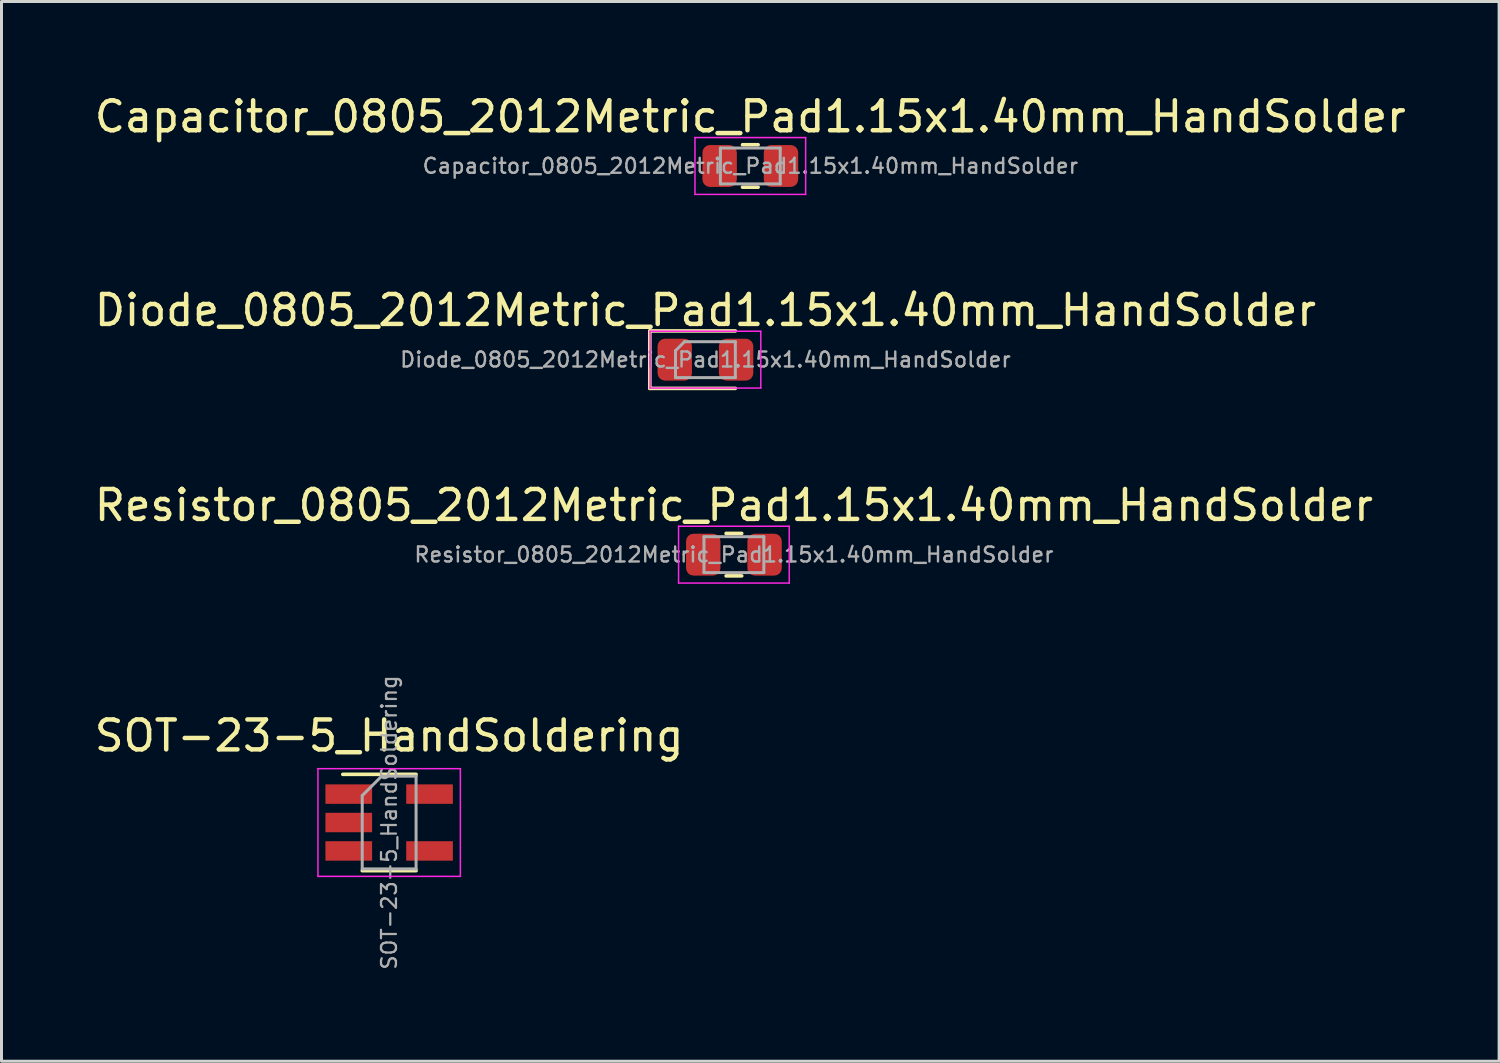
<source format=kicad_pcb>
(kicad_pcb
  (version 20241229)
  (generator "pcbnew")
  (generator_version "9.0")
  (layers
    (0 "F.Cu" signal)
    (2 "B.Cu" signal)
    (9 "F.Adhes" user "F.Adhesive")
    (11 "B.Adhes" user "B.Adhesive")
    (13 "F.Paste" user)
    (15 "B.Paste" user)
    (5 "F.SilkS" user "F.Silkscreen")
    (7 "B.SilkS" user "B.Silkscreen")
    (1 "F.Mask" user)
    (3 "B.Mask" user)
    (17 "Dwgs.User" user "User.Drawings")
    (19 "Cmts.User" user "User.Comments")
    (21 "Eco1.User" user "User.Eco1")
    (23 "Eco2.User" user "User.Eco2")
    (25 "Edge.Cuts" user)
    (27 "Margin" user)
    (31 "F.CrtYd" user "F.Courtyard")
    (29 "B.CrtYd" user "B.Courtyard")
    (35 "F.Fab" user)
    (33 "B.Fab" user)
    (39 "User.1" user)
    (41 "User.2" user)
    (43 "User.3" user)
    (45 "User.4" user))
  (footprint "Diode_0805_2012Metric_Pad1.15x1.40mm_HandSolder"
    (layer "F.Cu")
    (at 20.53 8.972)
    (property "Reference" "Diode_0805_2012Metric_Pad1.15x1.40mm_HandSolder" (at 0 -1.65 0) (layer "F.SilkS") (effects (font (size 1 1) (thickness 0.15))))
    (attr smd)
    (fp_line (start -1.86 -0.96) (end -1.86 0.96) (stroke (width 0.12) (type solid)) (layer "F.SilkS"))
    (fp_line (start -1.86 0.96) (end 1 0.96) (stroke (width 0.12) (type solid)) (layer "F.SilkS"))
    (fp_line (start 1 -0.96) (end -1.86 -0.96) (stroke (width 0.12) (type solid)) (layer "F.SilkS"))
    (fp_line (start -1.85 -0.95) (end 1.85 -0.95) (stroke (width 0.05) (type solid)) (layer "F.CrtYd"))
    (fp_line (start -1.85 0.95) (end -1.85 -0.95) (stroke (width 0.05) (type solid)) (layer "F.CrtYd"))
    (fp_line (start 1.85 -0.95) (end 1.85 0.95) (stroke (width 0.05) (type solid)) (layer "F.CrtYd"))
    (fp_line (start 1.85 0.95) (end -1.85 0.95) (stroke (width 0.05) (type solid)) (layer "F.CrtYd"))
    (fp_line (start -1 -0.3) (end -1 0.6) (stroke (width 0.1) (type solid)) (layer "F.Fab"))
    (fp_line (start -1 0.6) (end 1 0.6) (stroke (width 0.1) (type solid)) (layer "F.Fab"))
    (fp_line (start -0.7 -0.6) (end -1 -0.3) (stroke (width 0.1) (type solid)) (layer "F.Fab"))
    (fp_line (start 1 -0.6) (end -0.7 -0.6) (stroke (width 0.1) (type solid)) (layer "F.Fab"))
    (fp_line (start 1 0.6) (end 1 -0.6) (stroke (width 0.1) (type solid)) (layer "F.Fab"))
    (fp_text user "${REFERENCE}" (at 0 0 0) (layer "F.Fab") (effects (font (size 0.5 0.5) (thickness 0.08))))
    (pad "1" smd roundrect (at -1.025 0) (size 1.15 1.4) (layers "F.Cu" "F.Mask" "F.Paste") (roundrect_rratio 0.217))
    (pad "2" smd roundrect (at 1.025 0) (size 1.15 1.4) (layers "F.Cu" "F.Mask" "F.Paste") (roundrect_rratio 0.217)))
  (footprint "Resistor_0805_2012Metric_Pad1.15x1.40mm_HandSolder"
    (layer "F.Cu")
    (at 21.482 15.49)
    (property "Reference" "Resistor_0805_2012Metric_Pad1.15x1.40mm_HandSolder" (at 0 -1.65 0) (layer "F.SilkS") (effects (font (size 1 1) (thickness 0.15))))
    (attr smd)
    (fp_line (start -0.261 -0.71) (end 0.261 -0.71) (stroke (width 0.12) (type solid)) (layer "F.SilkS"))
    (fp_line (start -0.261 0.71) (end 0.261 0.71) (stroke (width 0.12) (type solid)) (layer "F.SilkS"))
    (fp_line (start -1.85 -0.95) (end 1.85 -0.95) (stroke (width 0.05) (type solid)) (layer "F.CrtYd"))
    (fp_line (start -1.85 0.95) (end -1.85 -0.95) (stroke (width 0.05) (type solid)) (layer "F.CrtYd"))
    (fp_line (start 1.85 -0.95) (end 1.85 0.95) (stroke (width 0.05) (type solid)) (layer "F.CrtYd"))
    (fp_line (start 1.85 0.95) (end -1.85 0.95) (stroke (width 0.05) (type solid)) (layer "F.CrtYd"))
    (fp_line (start -1 -0.6) (end 1 -0.6) (stroke (width 0.1) (type solid)) (layer "F.Fab"))
    (fp_line (start -1 0.6) (end -1 -0.6) (stroke (width 0.1) (type solid)) (layer "F.Fab"))
    (fp_line (start 1 -0.6) (end 1 0.6) (stroke (width 0.1) (type solid)) (layer "F.Fab"))
    (fp_line (start 1 0.6) (end -1 0.6) (stroke (width 0.1) (type solid)) (layer "F.Fab"))
    (fp_text user "${REFERENCE}" (at 0 0 0) (layer "F.Fab") (effects (font (size 0.5 0.5) (thickness 0.08))))
    (pad "1" smd roundrect (at -1.025 0) (size 1.15 1.4) (layers "F.Cu" "F.Mask" "F.Paste") (roundrect_rratio 0.217))
    (pad "2" smd roundrect (at 1.025 0) (size 1.15 1.4) (layers "F.Cu" "F.Mask" "F.Paste") (roundrect_rratio 0.217)))
  (footprint "Capacitor_0805_2012Metric_Pad1.15x1.40mm_HandSolder"
    (layer "F.Cu")
    (at 22.03 2.498)
    (property "Reference" "Capacitor_0805_2012Metric_Pad1.15x1.40mm_HandSolder" (at 0 -1.65 0) (layer "F.SilkS") (effects (font (size 1 1) (thickness 0.15))))
    (attr smd)
    (fp_line (start -0.261 -0.71) (end 0.261 -0.71) (stroke (width 0.12) (type solid)) (layer "F.SilkS"))
    (fp_line (start -0.261 0.71) (end 0.261 0.71) (stroke (width 0.12) (type solid)) (layer "F.SilkS"))
    (fp_line (start -1.85 -0.95) (end 1.85 -0.95) (stroke (width 0.05) (type solid)) (layer "F.CrtYd"))
    (fp_line (start -1.85 0.95) (end -1.85 -0.95) (stroke (width 0.05) (type solid)) (layer "F.CrtYd"))
    (fp_line (start 1.85 -0.95) (end 1.85 0.95) (stroke (width 0.05) (type solid)) (layer "F.CrtYd"))
    (fp_line (start 1.85 0.95) (end -1.85 0.95) (stroke (width 0.05) (type solid)) (layer "F.CrtYd"))
    (fp_line (start -1 -0.6) (end 1 -0.6) (stroke (width 0.1) (type solid)) (layer "F.Fab"))
    (fp_line (start -1 0.6) (end -1 -0.6) (stroke (width 0.1) (type solid)) (layer "F.Fab"))
    (fp_line (start 1 -0.6) (end 1 0.6) (stroke (width 0.1) (type solid)) (layer "F.Fab"))
    (fp_line (start 1 0.6) (end -1 0.6) (stroke (width 0.1) (type solid)) (layer "F.Fab"))
    (fp_text user "${REFERENCE}" (at 0 0 0) (layer "F.Fab") (effects (font (size 0.5 0.5) (thickness 0.08))))
    (pad "1" smd roundrect (at -1.025 0) (size 1.15 1.4) (layers "F.Cu" "F.Mask" "F.Paste") (roundrect_rratio 0.217))
    (pad "2" smd roundrect (at 1.025 0) (size 1.15 1.4) (layers "F.Cu" "F.Mask" "F.Paste") (roundrect_rratio 0.217)))
  (footprint "SOT-23-5_HandSoldering"
    (layer "F.Cu")
    (at 9.958 24.444)
    (property "Reference" "SOT-23-5_HandSoldering" (at 0 -2.9 0) (layer "F.SilkS") (effects (font (size 1 1) (thickness 0.15))))
    (attr smd)
    (fp_line (start -0.9 1.61) (end 0.9 1.61) (stroke (width 0.12) (type solid)) (layer "F.SilkS"))
    (fp_line (start 0.9 -1.61) (end -1.55 -1.61) (stroke (width 0.12) (type solid)) (layer "F.SilkS"))
    (fp_line (start -2.38 -1.8) (end -2.38 1.8) (stroke (width 0.05) (type solid)) (layer "F.CrtYd"))
    (fp_line (start -2.38 -1.8) (end 2.38 -1.8) (stroke (width 0.05) (type solid)) (layer "F.CrtYd"))
    (fp_line (start 2.38 1.8) (end -2.38 1.8) (stroke (width 0.05) (type solid)) (layer "F.CrtYd"))
    (fp_line (start 2.38 1.8) (end 2.38 -1.8) (stroke (width 0.05) (type solid)) (layer "F.CrtYd"))
    (fp_line (start -0.9 -0.9) (end -0.9 1.55) (stroke (width 0.1) (type solid)) (layer "F.Fab"))
    (fp_line (start -0.9 -0.9) (end -0.25 -1.55) (stroke (width 0.1) (type solid)) (layer "F.Fab"))
    (fp_line (start 0.9 -1.55) (end -0.25 -1.55) (stroke (width 0.1) (type solid)) (layer "F.Fab"))
    (fp_line (start 0.9 -1.55) (end 0.9 1.55) (stroke (width 0.1) (type solid)) (layer "F.Fab"))
    (fp_line (start 0.9 1.55) (end -0.9 1.55) (stroke (width 0.1) (type solid)) (layer "F.Fab"))
    (fp_text user "${REFERENCE}" (at 0 0 90) (layer "F.Fab") (effects (font (size 0.5 0.5) (thickness 0.075))))
    (pad "1" smd rect (at -1.35 -0.95) (size 1.56 0.65) (layers "F.Cu" "F.Mask" "F.Paste"))
    (pad "2" smd rect (at -1.35 0) (size 1.56 0.65) (layers "F.Cu" "F.Mask" "F.Paste"))
    (pad "3" smd rect (at -1.35 0.95) (size 1.56 0.65) (layers "F.Cu" "F.Mask" "F.Paste"))
    (pad "4" smd rect (at 1.35 0.95) (size 1.56 0.65) (layers "F.Cu" "F.Mask" "F.Paste"))
    (pad "5" smd rect (at 1.35 -0.95) (size 1.56 0.65) (layers "F.Cu" "F.Mask" "F.Paste")))
  (gr_rect
    (start -3 -3)
    (end 47.06 32.423)
    (stroke (width 0.1) (type default))
    (fill no)
    (layer "Edge.Cuts")))
</source>
